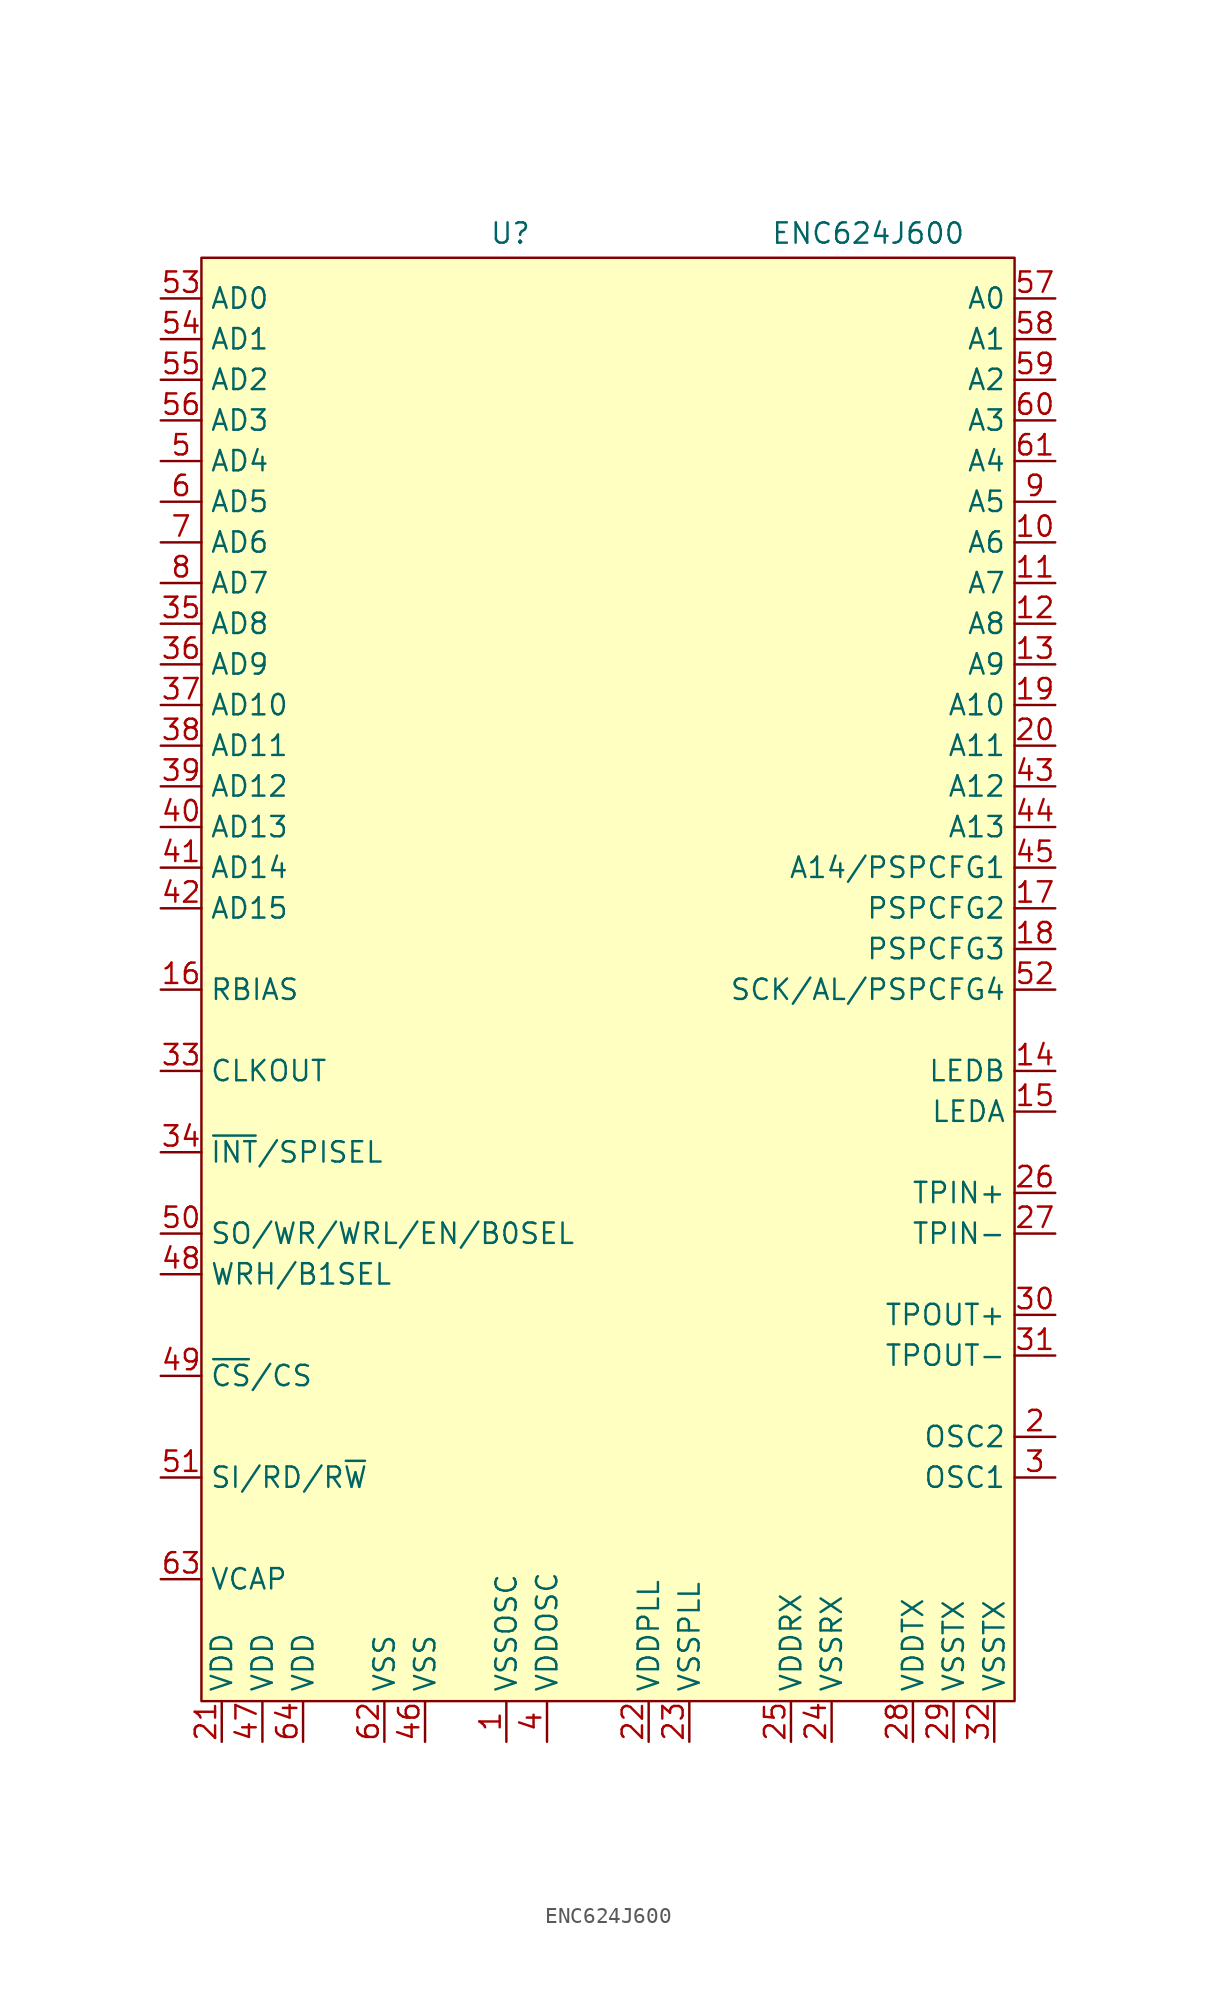
<source format=kicad_sym>
(kicad_symbol_lib
  (version 20231120)
  (generator "kicad_symbol_editor")
  (generator_version "8.0")
  (symbol "ENC624J600"
    (property "Reference" "U"
      (at 21.844 -1.016 0)
      (effects (font (size 1.27 1.27))))
    (property "Value" "ENC624J600"
      (at 44.196 -1.016 0)
      (effects (font (size 1.27 1.27))))
    (symbol "ENC624J600_0_0"
      (pin power_in line (at 21.59 -95.25 90) (length 2.54) (name "VSSOSC" (effects (font (size 1.27 1.27)))) (number "1" (effects (font (size 1.27 1.27)))))
      (pin input line (at 55.88 -20.32 180) (length 2.54) (name "A6" (effects (font (size 1.27 1.27)))) (number "10" (effects (font (size 1.27 1.27)))))
      (pin input line (at 55.88 -22.86 180) (length 2.54) (name "A7" (effects (font (size 1.27 1.27)))) (number "11" (effects (font (size 1.27 1.27)))))
      (pin input line (at 55.88 -25.4 180) (length 2.54) (name "A8" (effects (font (size 1.27 1.27)))) (number "12" (effects (font (size 1.27 1.27)))))
      (pin input line (at 55.88 -27.94 180) (length 2.54) (name "A9" (effects (font (size 1.27 1.27)))) (number "13" (effects (font (size 1.27 1.27)))))
      (pin output line (at 55.88 -53.34 180) (length 2.54) (name "LEDB" (effects (font (size 1.27 1.27)))) (number "14" (effects (font (size 1.27 1.27)))))
      (pin output line (at 55.88 -55.88 180) (length 2.54) (name "LEDA" (effects (font (size 1.27 1.27)))) (number "15" (effects (font (size 1.27 1.27)))))
      (pin input line (at 0 -48.26 0) (length 2.54) (name "RBIAS" (effects (font (size 1.27 1.27)))) (number "16" (effects (font (size 1.27 1.27)))))
      (pin input line (at 55.88 -43.18 180) (length 2.54) (name "PSPCFG2" (effects (font (size 1.27 1.27)))) (number "17" (effects (font (size 1.27 1.27)))))
      (pin input line (at 55.88 -45.72 180) (length 2.54) (name "PSPCFG3" (effects (font (size 1.27 1.27)))) (number "18" (effects (font (size 1.27 1.27)))))
      (pin input line (at 55.88 -30.48 180) (length 2.54) (name "A10" (effects (font (size 1.27 1.27)))) (number "19" (effects (font (size 1.27 1.27)))))
      (pin output line (at 55.88 -76.2 180) (length 2.54) (name "OSC2" (effects (font (size 1.27 1.27)))) (number "2" (effects (font (size 1.27 1.27)))))
      (pin input line (at 55.88 -33.02 180) (length 2.54) (name "A11" (effects (font (size 1.27 1.27)))) (number "20" (effects (font (size 1.27 1.27)))))
      (pin power_in line (at 3.81 -95.25 90) (length 2.54) (name "VDD" (effects (font (size 1.27 1.27)))) (number "21" (effects (font (size 1.27 1.27)))))
      (pin power_in line (at 30.48 -95.25 90) (length 2.54) (name "VDDPLL" (effects (font (size 1.27 1.27)))) (number "22" (effects (font (size 1.27 1.27)))))
      (pin power_in line (at 33.02 -95.25 90) (length 2.54) (name "VSSPLL" (effects (font (size 1.27 1.27)))) (number "23" (effects (font (size 1.27 1.27)))))
      (pin power_in line (at 41.91 -95.25 90) (length 2.54) (name "VSSRX" (effects (font (size 1.27 1.27)))) (number "24" (effects (font (size 1.27 1.27)))))
      (pin power_in line (at 39.37 -95.25 90) (length 2.54) (name "VDDRX" (effects (font (size 1.27 1.27)))) (number "25" (effects (font (size 1.27 1.27)))))
      (pin input line (at 55.88 -60.96 180) (length 2.54) (name "TPIN+" (effects (font (size 1.27 1.27)))) (number "26" (effects (font (size 1.27 1.27)))))
      (pin input line (at 55.88 -63.5 180) (length 2.54) (name "TPIN-" (effects (font (size 1.27 1.27)))) (number "27" (effects (font (size 1.27 1.27)))))
      (pin power_in line (at 46.99 -95.25 90) (length 2.54) (name "VDDTX" (effects (font (size 1.27 1.27)))) (number "28" (effects (font (size 1.27 1.27)))))
      (pin power_in line (at 49.53 -95.25 90) (length 2.54) (name "VSSTX" (effects (font (size 1.27 1.27)))) (number "29" (effects (font (size 1.27 1.27)))))
      (pin input line (at 55.88 -78.74 180) (length 2.54) (name "OSC1" (effects (font (size 1.27 1.27)))) (number "3" (effects (font (size 1.27 1.27)))))
      (pin output line (at 55.88 -68.58 180) (length 2.54) (name "TPOUT+" (effects (font (size 1.27 1.27)))) (number "30" (effects (font (size 1.27 1.27)))))
      (pin output line (at 55.88 -71.12 180) (length 2.54) (name "TPOUT-" (effects (font (size 1.27 1.27)))) (number "31" (effects (font (size 1.27 1.27)))))
      (pin power_in line (at 52.07 -95.25 90) (length 2.54) (name "VSSTX" (effects (font (size 1.27 1.27)))) (number "32" (effects (font (size 1.27 1.27)))))
      (pin output line (at 0 -53.34 0) (length 2.54) (name "CLKOUT" (effects (font (size 1.27 1.27)))) (number "33" (effects (font (size 1.27 1.27)))))
      (pin bidirectional line (at 0 -58.42 0) (length 2.54) (name "~{INT}/SPISEL" (effects (font (size 1.27 1.27)))) (number "34" (effects (font (size 1.27 1.27)))))
      (pin bidirectional line (at 0 -25.4 0) (length 2.54) (name "AD8" (effects (font (size 1.27 1.27)))) (number "35" (effects (font (size 1.27 1.27)))))
      (pin bidirectional line (at 0 -27.94 0) (length 2.54) (name "AD9" (effects (font (size 1.27 1.27)))) (number "36" (effects (font (size 1.27 1.27)))))
      (pin bidirectional line (at 0 -30.48 0) (length 2.54) (name "AD10" (effects (font (size 1.27 1.27)))) (number "37" (effects (font (size 1.27 1.27)))))
      (pin bidirectional line (at 0 -33.02 0) (length 2.54) (name "AD11" (effects (font (size 1.27 1.27)))) (number "38" (effects (font (size 1.27 1.27)))))
      (pin bidirectional line (at 0 -35.56 0) (length 2.54) (name "AD12" (effects (font (size 1.27 1.27)))) (number "39" (effects (font (size 1.27 1.27)))))
      (pin power_in line (at 24.13 -95.25 90) (length 2.54) (name "VDDOSC" (effects (font (size 1.27 1.27)))) (number "4" (effects (font (size 1.27 1.27)))))
      (pin bidirectional line (at 0 -38.1 0) (length 2.54) (name "AD13" (effects (font (size 1.27 1.27)))) (number "40" (effects (font (size 1.27 1.27)))))
      (pin bidirectional line (at 0 -40.64 0) (length 2.54) (name "AD14" (effects (font (size 1.27 1.27)))) (number "41" (effects (font (size 1.27 1.27)))))
      (pin bidirectional line (at 0 -43.18 0) (length 2.54) (name "AD15" (effects (font (size 1.27 1.27)))) (number "42" (effects (font (size 1.27 1.27)))))
      (pin input line (at 55.88 -35.56 180) (length 2.54) (name "A12" (effects (font (size 1.27 1.27)))) (number "43" (effects (font (size 1.27 1.27)))))
      (pin input line (at 55.88 -38.1 180) (length 2.54) (name "A13" (effects (font (size 1.27 1.27)))) (number "44" (effects (font (size 1.27 1.27)))))
      (pin input line (at 55.88 -40.64 180) (length 2.54) (name "A14/PSPCFG1" (effects (font (size 1.27 1.27)))) (number "45" (effects (font (size 1.27 1.27)))))
      (pin power_in line (at 16.51 -95.25 90) (length 2.54) (name "VSS" (effects (font (size 1.27 1.27)))) (number "46" (effects (font (size 1.27 1.27)))))
      (pin power_in line (at 6.35 -95.25 90) (length 2.54) (name "VDD" (effects (font (size 1.27 1.27)))) (number "47" (effects (font (size 1.27 1.27)))))
      (pin input line (at 0 -66.04 0) (length 2.54) (name "WRH/B1SEL" (effects (font (size 1.27 1.27)))) (number "48" (effects (font (size 1.27 1.27)))))
      (pin input line (at 0 -72.39 0) (length 2.54) (name "~{CS}/CS" (effects (font (size 1.27 1.27)))) (number "49" (effects (font (size 1.27 1.27)))))
      (pin bidirectional line (at 0 -15.24 0) (length 2.54) (name "AD4" (effects (font (size 1.27 1.27)))) (number "5" (effects (font (size 1.27 1.27)))))
      (pin bidirectional line (at 0 -63.5 0) (length 2.54) (name "SO/WR/WRL/EN/B0SEL" (effects (font (size 1.27 1.27)))) (number "50" (effects (font (size 1.27 1.27)))))
      (pin input line (at 0 -78.74 0) (length 2.54) (name "SI/RD/R~{W}" (effects (font (size 1.27 1.27)))) (number "51" (effects (font (size 1.27 1.27)))))
      (pin input line (at 55.88 -48.26 180) (length 2.54) (name "SCK/AL/PSPCFG4" (effects (font (size 1.27 1.27)))) (number "52" (effects (font (size 1.27 1.27)))))
      (pin bidirectional line (at 0 -5.08 0) (length 2.54) (name "AD0" (effects (font (size 1.27 1.27)))) (number "53" (effects (font (size 1.27 1.27)))))
      (pin bidirectional line (at 0 -7.62 0) (length 2.54) (name "AD1" (effects (font (size 1.27 1.27)))) (number "54" (effects (font (size 1.27 1.27)))))
      (pin bidirectional line (at 0 -10.16 0) (length 2.54) (name "AD2" (effects (font (size 1.27 1.27)))) (number "55" (effects (font (size 1.27 1.27)))))
      (pin bidirectional line (at 0 -12.7 0) (length 2.54) (name "AD3" (effects (font (size 1.27 1.27)))) (number "56" (effects (font (size 1.27 1.27)))))
      (pin input line (at 55.88 -5.08 180) (length 2.54) (name "A0" (effects (font (size 1.27 1.27)))) (number "57" (effects (font (size 1.27 1.27)))))
      (pin input line (at 55.88 -7.62 180) (length 2.54) (name "A1" (effects (font (size 1.27 1.27)))) (number "58" (effects (font (size 1.27 1.27)))))
      (pin input line (at 55.88 -10.16 180) (length 2.54) (name "A2" (effects (font (size 1.27 1.27)))) (number "59" (effects (font (size 1.27 1.27)))))
      (pin bidirectional line (at 0 -17.78 0) (length 2.54) (name "AD5" (effects (font (size 1.27 1.27)))) (number "6" (effects (font (size 1.27 1.27)))))
      (pin input line (at 55.88 -12.7 180) (length 2.54) (name "A3" (effects (font (size 1.27 1.27)))) (number "60" (effects (font (size 1.27 1.27)))))
      (pin input line (at 55.88 -15.24 180) (length 2.54) (name "A4" (effects (font (size 1.27 1.27)))) (number "61" (effects (font (size 1.27 1.27)))))
      (pin power_in line (at 13.97 -95.25 90) (length 2.54) (name "VSS" (effects (font (size 1.27 1.27)))) (number "62" (effects (font (size 1.27 1.27)))))
      (pin passive line (at 0 -85.09 0) (length 2.54) (name "VCAP" (effects (font (size 1.27 1.27)))) (number "63" (effects (font (size 1.27 1.27)))))
      (pin power_in line (at 8.89 -95.25 90) (length 2.54) (name "VDD" (effects (font (size 1.27 1.27)))) (number "64" (effects (font (size 1.27 1.27)))))
      (pin bidirectional line (at 0 -20.32 0) (length 2.54) (name "AD6" (effects (font (size 1.27 1.27)))) (number "7" (effects (font (size 1.27 1.27)))))
      (pin bidirectional line (at 0 -22.86 0) (length 2.54) (name "AD7" (effects (font (size 1.27 1.27)))) (number "8" (effects (font (size 1.27 1.27)))))
      (pin input line (at 55.88 -17.78 180) (length 2.54) (name "A5" (effects (font (size 1.27 1.27)))) (number "9" (effects (font (size 1.27 1.27))))))
    (symbol "ENC624J600_0_1"
      (rectangle (start 2.54 -2.54) (end 53.34 -92.71) (stroke (width 0) (type default)) (fill (type background))))))
</source>
